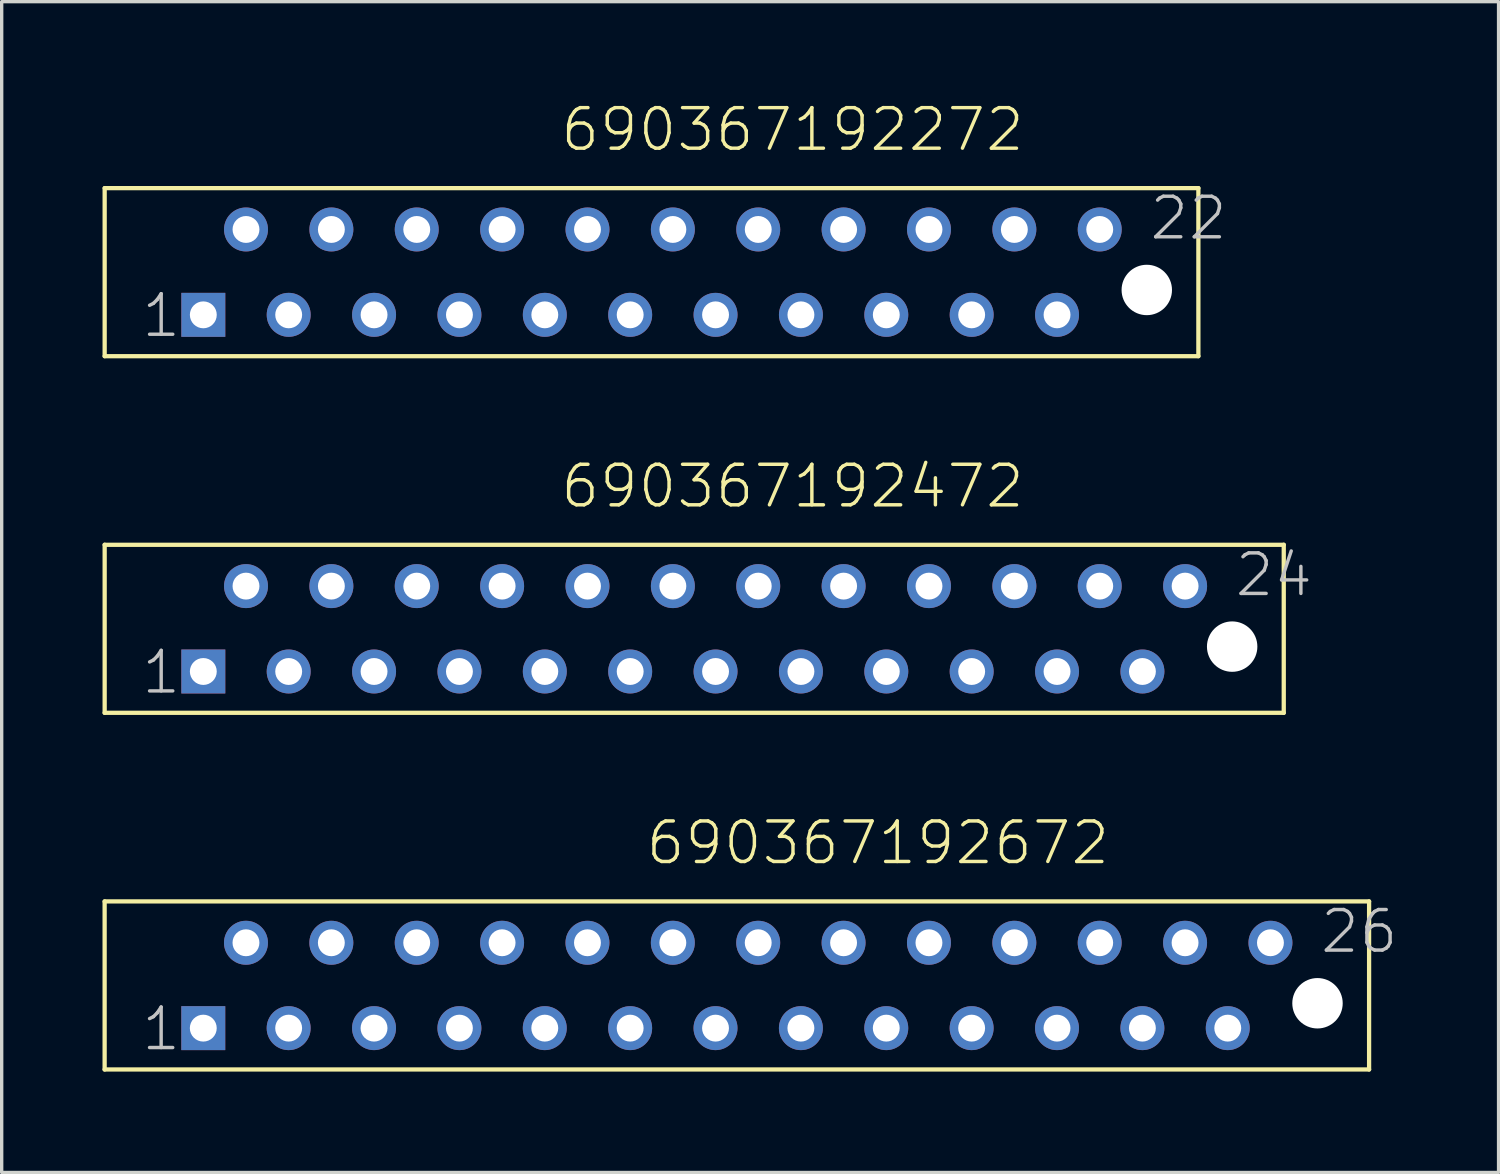
<source format=kicad_pcb>
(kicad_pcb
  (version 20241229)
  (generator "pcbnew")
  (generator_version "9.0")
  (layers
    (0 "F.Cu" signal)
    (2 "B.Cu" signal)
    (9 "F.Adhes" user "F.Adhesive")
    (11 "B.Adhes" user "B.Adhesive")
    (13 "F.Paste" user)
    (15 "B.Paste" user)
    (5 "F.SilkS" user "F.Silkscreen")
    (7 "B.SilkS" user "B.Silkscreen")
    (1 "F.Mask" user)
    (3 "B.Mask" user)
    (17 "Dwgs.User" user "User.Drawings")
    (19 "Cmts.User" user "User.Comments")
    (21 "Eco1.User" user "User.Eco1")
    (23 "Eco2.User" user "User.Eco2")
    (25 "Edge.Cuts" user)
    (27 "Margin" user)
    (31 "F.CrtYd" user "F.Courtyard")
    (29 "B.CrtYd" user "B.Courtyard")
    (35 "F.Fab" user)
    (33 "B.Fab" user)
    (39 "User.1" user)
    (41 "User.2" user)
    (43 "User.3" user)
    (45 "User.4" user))
  (footprint "690367192472"
    (layer "F.Cu")
    (at 17.604 15.658)
    (property "Reference" "690367192472" (at -4.032 -3.536 0) (layer "F.SilkS") (effects (font (size 1.206 1.206) (thickness 0.102)) (justify left bottom)))
    (attr through_hole)
    (fp_line (start -17.54 -2.5) (end -17.54 2.5) (stroke (width 0.127) (type solid)) (layer "F.SilkS"))
    (fp_line (start -17.54 2.5) (end 17.54 2.5) (stroke (width 0.127) (type solid)) (layer "F.SilkS"))
    (fp_line (start 17.54 -2.5) (end -17.54 -2.5) (stroke (width 0.127) (type solid)) (layer "F.SilkS"))
    (fp_line (start 17.54 2.5) (end 17.54 -2.5) (stroke (width 0.127) (type solid)) (layer "F.SilkS"))
    (fp_text user "1" (at -16.5 2 0) (layer "Dwgs.User") (effects (font (size 1.206 1.206) (thickness 0.102)) (justify left bottom)))
    (fp_text user "24" (at 16.03 -0.9 0) (layer "Dwgs.User") (effects (font (size 1.206 1.206) (thickness 0.102)) (justify left bottom)))
    (pad "" np_thru_hole circle (at 16.005 0.53) (size 1.5 1.5) (drill 1.5) (layers "*.Cu"))
    (pad "1" thru_hole rect (at -14.605 1.27 180) (size 1.308 1.308) (drill 0.8) (layers "*.Cu" "*.Mask"))
    (pad "2" thru_hole circle (at -13.335 -1.27 180) (size 1.308 1.308) (drill 0.8) (layers "*.Cu" "*.Mask"))
    (pad "3" thru_hole circle (at -12.065 1.27 180) (size 1.308 1.308) (drill 0.8) (layers "*.Cu" "*.Mask"))
    (pad "4" thru_hole circle (at -10.795 -1.27 180) (size 1.308 1.308) (drill 0.8) (layers "*.Cu" "*.Mask"))
    (pad "5" thru_hole circle (at -9.525 1.27 180) (size 1.308 1.308) (drill 0.8) (layers "*.Cu" "*.Mask"))
    (pad "6" thru_hole circle (at -8.255 -1.27 180) (size 1.308 1.308) (drill 0.8) (layers "*.Cu" "*.Mask"))
    (pad "7" thru_hole circle (at -6.985 1.27 180) (size 1.308 1.308) (drill 0.8) (layers "*.Cu" "*.Mask"))
    (pad "8" thru_hole circle (at -5.715 -1.27 180) (size 1.308 1.308) (drill 0.8) (layers "*.Cu" "*.Mask"))
    (pad "9" thru_hole circle (at -4.445 1.27 180) (size 1.308 1.308) (drill 0.8) (layers "*.Cu" "*.Mask"))
    (pad "10" thru_hole circle (at -3.175 -1.27 180) (size 1.308 1.308) (drill 0.8) (layers "*.Cu" "*.Mask"))
    (pad "11" thru_hole circle (at -1.905 1.27 180) (size 1.308 1.308) (drill 0.8) (layers "*.Cu" "*.Mask"))
    (pad "12" thru_hole circle (at -0.635 -1.27 180) (size 1.308 1.308) (drill 0.8) (layers "*.Cu" "*.Mask"))
    (pad "13" thru_hole circle (at 0.635 1.27 180) (size 1.308 1.308) (drill 0.8) (layers "*.Cu" "*.Mask"))
    (pad "14" thru_hole circle (at 1.905 -1.27 180) (size 1.308 1.308) (drill 0.8) (layers "*.Cu" "*.Mask"))
    (pad "15" thru_hole circle (at 3.175 1.27 180) (size 1.308 1.308) (drill 0.8) (layers "*.Cu" "*.Mask"))
    (pad "16" thru_hole circle (at 4.445 -1.27 180) (size 1.308 1.308) (drill 0.8) (layers "*.Cu" "*.Mask"))
    (pad "17" thru_hole circle (at 5.715 1.27 180) (size 1.308 1.308) (drill 0.8) (layers "*.Cu" "*.Mask"))
    (pad "18" thru_hole circle (at 6.985 -1.27 180) (size 1.308 1.308) (drill 0.8) (layers "*.Cu" "*.Mask"))
    (pad "19" thru_hole circle (at 8.255 1.27 180) (size 1.308 1.308) (drill 0.8) (layers "*.Cu" "*.Mask"))
    (pad "20" thru_hole circle (at 9.525 -1.27 180) (size 1.308 1.308) (drill 0.8) (layers "*.Cu" "*.Mask"))
    (pad "21" thru_hole circle (at 10.795 1.27 180) (size 1.308 1.308) (drill 0.8) (layers "*.Cu" "*.Mask"))
    (pad "22" thru_hole circle (at 12.065 -1.27 180) (size 1.308 1.308) (drill 0.8) (layers "*.Cu" "*.Mask"))
    (pad "23" thru_hole circle (at 13.335 1.27 180) (size 1.308 1.308) (drill 0.8) (layers "*.Cu" "*.Mask"))
    (pad "24" thru_hole circle (at 14.605 -1.27 180) (size 1.308 1.308) (drill 0.8) (layers "*.Cu" "*.Mask")))
  (footprint "690367192272"
    (layer "F.Cu")
    (at 16.334 5.047)
    (property "Reference" "690367192272" (at -2.762 -3.536 0) (layer "F.SilkS") (effects (font (size 1.206 1.206) (thickness 0.102)) (justify left bottom)))
    (attr through_hole)
    (fp_line (start -16.27 -2.5) (end -16.27 2.5) (stroke (width 0.127) (type solid)) (layer "F.SilkS"))
    (fp_line (start -16.27 2.5) (end 16.27 2.5) (stroke (width 0.127) (type solid)) (layer "F.SilkS"))
    (fp_line (start 16.27 -2.5) (end -16.27 -2.5) (stroke (width 0.127) (type solid)) (layer "F.SilkS"))
    (fp_line (start 16.27 2.5) (end 16.27 -2.5) (stroke (width 0.127) (type solid)) (layer "F.SilkS"))
    (fp_text user "22" (at 14.76 -0.9 0) (layer "Dwgs.User") (effects (font (size 1.206 1.206) (thickness 0.102)) (justify left bottom)))
    (fp_text user "1" (at -15.23 2 0) (layer "Dwgs.User") (effects (font (size 1.206 1.206) (thickness 0.102)) (justify left bottom)))
    (pad "" np_thru_hole circle (at 14.735 0.53) (size 1.5 1.5) (drill 1.5) (layers "*.Cu"))
    (pad "1" thru_hole rect (at -13.335 1.27 180) (size 1.308 1.308) (drill 0.8) (layers "*.Cu" "*.Mask"))
    (pad "2" thru_hole circle (at -12.065 -1.27 180) (size 1.308 1.308) (drill 0.8) (layers "*.Cu" "*.Mask"))
    (pad "3" thru_hole circle (at -10.795 1.27 180) (size 1.308 1.308) (drill 0.8) (layers "*.Cu" "*.Mask"))
    (pad "4" thru_hole circle (at -9.525 -1.27 180) (size 1.308 1.308) (drill 0.8) (layers "*.Cu" "*.Mask"))
    (pad "5" thru_hole circle (at -8.255 1.27 180) (size 1.308 1.308) (drill 0.8) (layers "*.Cu" "*.Mask"))
    (pad "6" thru_hole circle (at -6.985 -1.27 180) (size 1.308 1.308) (drill 0.8) (layers "*.Cu" "*.Mask"))
    (pad "7" thru_hole circle (at -5.715 1.27 180) (size 1.308 1.308) (drill 0.8) (layers "*.Cu" "*.Mask"))
    (pad "8" thru_hole circle (at -4.445 -1.27 180) (size 1.308 1.308) (drill 0.8) (layers "*.Cu" "*.Mask"))
    (pad "9" thru_hole circle (at -3.175 1.27 180) (size 1.308 1.308) (drill 0.8) (layers "*.Cu" "*.Mask"))
    (pad "10" thru_hole circle (at -1.905 -1.27 180) (size 1.308 1.308) (drill 0.8) (layers "*.Cu" "*.Mask"))
    (pad "11" thru_hole circle (at -0.635 1.27 180) (size 1.308 1.308) (drill 0.8) (layers "*.Cu" "*.Mask"))
    (pad "12" thru_hole circle (at 0.635 -1.27 180) (size 1.308 1.308) (drill 0.8) (layers "*.Cu" "*.Mask"))
    (pad "13" thru_hole circle (at 1.905 1.27 180) (size 1.308 1.308) (drill 0.8) (layers "*.Cu" "*.Mask"))
    (pad "14" thru_hole circle (at 3.175 -1.27 180) (size 1.308 1.308) (drill 0.8) (layers "*.Cu" "*.Mask"))
    (pad "15" thru_hole circle (at 4.445 1.27 180) (size 1.308 1.308) (drill 0.8) (layers "*.Cu" "*.Mask"))
    (pad "16" thru_hole circle (at 5.715 -1.27 180) (size 1.308 1.308) (drill 0.8) (layers "*.Cu" "*.Mask"))
    (pad "17" thru_hole circle (at 6.985 1.27 180) (size 1.308 1.308) (drill 0.8) (layers "*.Cu" "*.Mask"))
    (pad "18" thru_hole circle (at 8.255 -1.27 180) (size 1.308 1.308) (drill 0.8) (layers "*.Cu" "*.Mask"))
    (pad "19" thru_hole circle (at 9.525 1.27 180) (size 1.308 1.308) (drill 0.8) (layers "*.Cu" "*.Mask"))
    (pad "20" thru_hole circle (at 10.795 -1.27 180) (size 1.308 1.308) (drill 0.8) (layers "*.Cu" "*.Mask"))
    (pad "21" thru_hole circle (at 12.065 1.27 180) (size 1.308 1.308) (drill 0.8) (layers "*.Cu" "*.Mask"))
    (pad "22" thru_hole circle (at 13.335 -1.27 180) (size 1.308 1.308) (drill 0.8) (layers "*.Cu" "*.Mask")))
  (footprint "690367192672"
    (layer "F.Cu")
    (at 18.873 26.269)
    (property "Reference" "690367192672" (at -2.762 -3.536 0) (layer "F.SilkS") (effects (font (size 1.206 1.206) (thickness 0.102)) (justify left bottom)))
    (attr through_hole)
    (fp_line (start -18.81 -2.5) (end -18.81 2.5) (stroke (width 0.127) (type solid)) (layer "F.SilkS"))
    (fp_line (start -18.81 2.5) (end 18.81 2.5) (stroke (width 0.127) (type solid)) (layer "F.SilkS"))
    (fp_line (start 18.81 -2.5) (end -18.81 -2.5) (stroke (width 0.127) (type solid)) (layer "F.SilkS"))
    (fp_line (start 18.81 2.5) (end 18.81 -2.5) (stroke (width 0.127) (type solid)) (layer "F.SilkS"))
    (fp_text user "26" (at 17.3 -0.9 0) (layer "Dwgs.User") (effects (font (size 1.206 1.206) (thickness 0.102)) (justify left bottom)))
    (fp_text user "1" (at -17.77 2 0) (layer "Dwgs.User") (effects (font (size 1.206 1.206) (thickness 0.102)) (justify left bottom)))
    (pad "" np_thru_hole circle (at 17.275 0.53) (size 1.5 1.5) (drill 1.5) (layers "*.Cu"))
    (pad "1" thru_hole rect (at -15.875 1.27 180) (size 1.308 1.308) (drill 0.8) (layers "*.Cu" "*.Mask"))
    (pad "2" thru_hole circle (at -14.605 -1.27 180) (size 1.308 1.308) (drill 0.8) (layers "*.Cu" "*.Mask"))
    (pad "3" thru_hole circle (at -13.335 1.27 180) (size 1.308 1.308) (drill 0.8) (layers "*.Cu" "*.Mask"))
    (pad "4" thru_hole circle (at -12.065 -1.27 180) (size 1.308 1.308) (drill 0.8) (layers "*.Cu" "*.Mask"))
    (pad "5" thru_hole circle (at -10.795 1.27 180) (size 1.308 1.308) (drill 0.8) (layers "*.Cu" "*.Mask"))
    (pad "6" thru_hole circle (at -9.525 -1.27 180) (size 1.308 1.308) (drill 0.8) (layers "*.Cu" "*.Mask"))
    (pad "7" thru_hole circle (at -8.255 1.27 180) (size 1.308 1.308) (drill 0.8) (layers "*.Cu" "*.Mask"))
    (pad "8" thru_hole circle (at -6.985 -1.27 180) (size 1.308 1.308) (drill 0.8) (layers "*.Cu" "*.Mask"))
    (pad "9" thru_hole circle (at -5.715 1.27 180) (size 1.308 1.308) (drill 0.8) (layers "*.Cu" "*.Mask"))
    (pad "10" thru_hole circle (at -4.445 -1.27 180) (size 1.308 1.308) (drill 0.8) (layers "*.Cu" "*.Mask"))
    (pad "11" thru_hole circle (at -3.175 1.27 180) (size 1.308 1.308) (drill 0.8) (layers "*.Cu" "*.Mask"))
    (pad "12" thru_hole circle (at -1.905 -1.27 180) (size 1.308 1.308) (drill 0.8) (layers "*.Cu" "*.Mask"))
    (pad "13" thru_hole circle (at -0.635 1.27 180) (size 1.308 1.308) (drill 0.8) (layers "*.Cu" "*.Mask"))
    (pad "14" thru_hole circle (at 0.635 -1.27 180) (size 1.308 1.308) (drill 0.8) (layers "*.Cu" "*.Mask"))
    (pad "15" thru_hole circle (at 1.905 1.27 180) (size 1.308 1.308) (drill 0.8) (layers "*.Cu" "*.Mask"))
    (pad "16" thru_hole circle (at 3.175 -1.27 180) (size 1.308 1.308) (drill 0.8) (layers "*.Cu" "*.Mask"))
    (pad "17" thru_hole circle (at 4.445 1.27 180) (size 1.308 1.308) (drill 0.8) (layers "*.Cu" "*.Mask"))
    (pad "18" thru_hole circle (at 5.715 -1.27 180) (size 1.308 1.308) (drill 0.8) (layers "*.Cu" "*.Mask"))
    (pad "19" thru_hole circle (at 6.985 1.27 180) (size 1.308 1.308) (drill 0.8) (layers "*.Cu" "*.Mask"))
    (pad "20" thru_hole circle (at 8.255 -1.27 180) (size 1.308 1.308) (drill 0.8) (layers "*.Cu" "*.Mask"))
    (pad "21" thru_hole circle (at 9.525 1.27 180) (size 1.308 1.308) (drill 0.8) (layers "*.Cu" "*.Mask"))
    (pad "22" thru_hole circle (at 10.795 -1.27 180) (size 1.308 1.308) (drill 0.8) (layers "*.Cu" "*.Mask"))
    (pad "23" thru_hole circle (at 12.065 1.27 180) (size 1.308 1.308) (drill 0.8) (layers "*.Cu" "*.Mask"))
    (pad "24" thru_hole circle (at 13.335 -1.27 180) (size 1.308 1.308) (drill 0.8) (layers "*.Cu" "*.Mask"))
    (pad "25" thru_hole circle (at 14.605 1.27 180) (size 1.308 1.308) (drill 0.8) (layers "*.Cu" "*.Mask"))
    (pad "26" thru_hole circle (at 15.875 -1.27 180) (size 1.308 1.308) (drill 0.8) (layers "*.Cu" "*.Mask")))
  (gr_rect
    (start -3 -3)
    (end 41.535 31.833)
    (stroke (width 0.1) (type default))
    (fill no)
    (layer "Edge.Cuts")))
</source>
